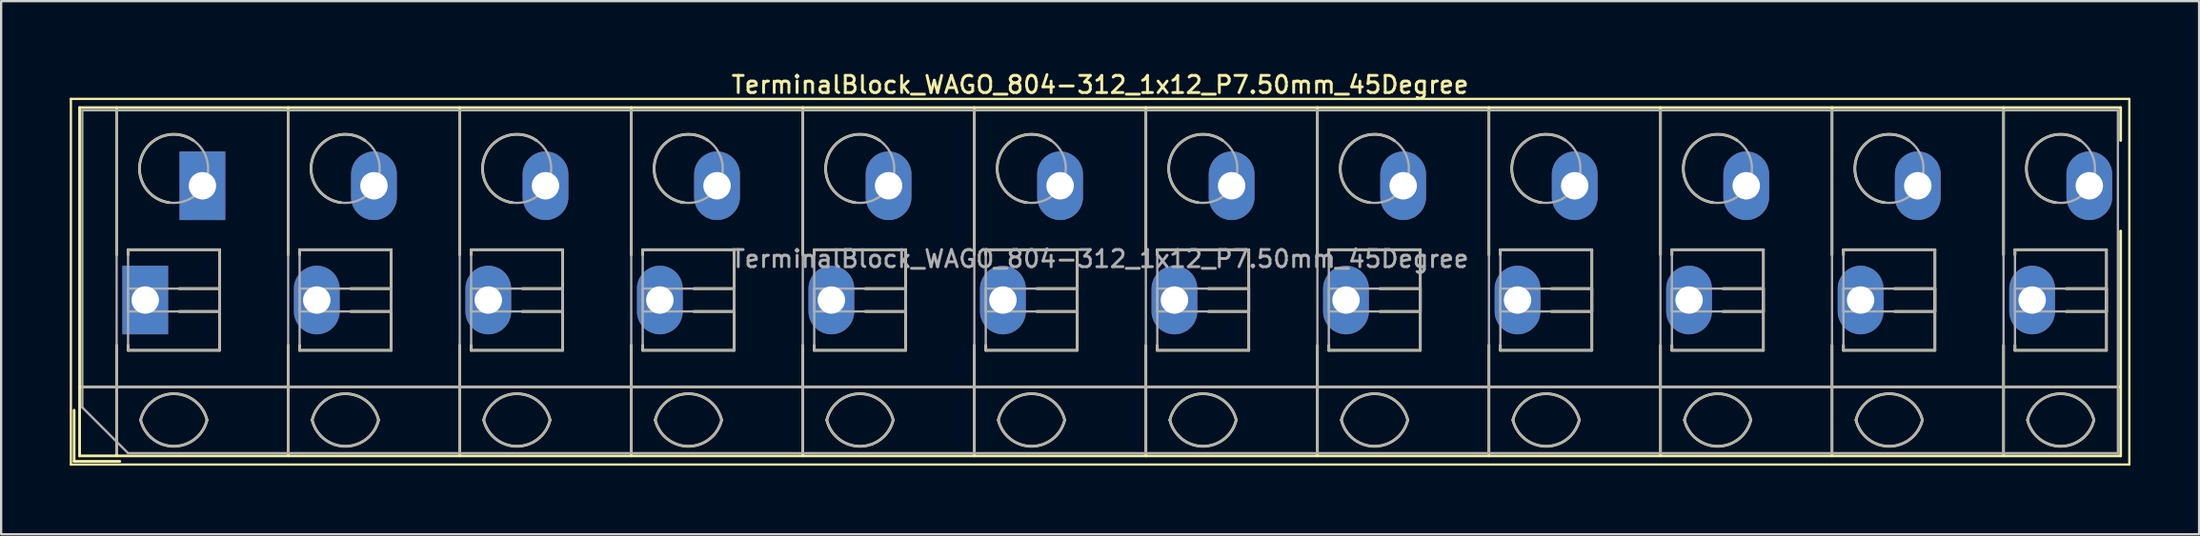
<source format=kicad_pcb>
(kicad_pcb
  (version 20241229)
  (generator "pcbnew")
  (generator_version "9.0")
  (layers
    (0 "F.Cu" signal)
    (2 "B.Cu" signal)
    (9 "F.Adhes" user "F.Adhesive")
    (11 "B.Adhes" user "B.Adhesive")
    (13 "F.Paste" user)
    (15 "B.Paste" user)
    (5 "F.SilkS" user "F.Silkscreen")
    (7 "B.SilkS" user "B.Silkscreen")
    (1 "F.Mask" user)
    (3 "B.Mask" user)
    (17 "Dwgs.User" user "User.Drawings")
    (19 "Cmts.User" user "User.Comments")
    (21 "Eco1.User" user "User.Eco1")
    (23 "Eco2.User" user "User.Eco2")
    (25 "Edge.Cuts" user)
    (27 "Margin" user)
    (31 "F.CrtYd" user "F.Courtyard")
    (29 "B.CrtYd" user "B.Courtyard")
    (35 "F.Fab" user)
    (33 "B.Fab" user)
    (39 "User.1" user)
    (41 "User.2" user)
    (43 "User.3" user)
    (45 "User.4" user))
  (footprint "TerminalBlock_WAGO_804-312_1x12_P7.50mm_45Degree"
    (layer "F.Cu")
    (at 3.3 10.078)
    (property "Reference" "TerminalBlock_WAGO_804-312_1x12_P7.50mm_45Degree" (at 41.75 -9.42 0) (layer "F.SilkS") (effects (font (size 0.75 0.75) (thickness 0.125))))
    (attr through_hole)
    (fp_line (start -3.25 -8.8) (end -3.25 7.2) (stroke (width 0.1) (type solid)) (layer "F.SilkS"))
    (fp_line (start -3.25 7.2) (end 86.75 7.2) (stroke (width 0.1) (type solid)) (layer "F.SilkS"))
    (fp_line (start -3.11 4.82) (end -3.11 7.06) (stroke (width 0.12) (type solid)) (layer "F.SilkS"))
    (fp_line (start -3.11 7.06) (end -1.11 7.06) (stroke (width 0.12) (type solid)) (layer "F.SilkS"))
    (fp_line (start -2.87 -8.42) (end -2.87 6.82) (stroke (width 0.12) (type solid)) (layer "F.SilkS"))
    (fp_line (start -2.87 -8.42) (end 86.37 -8.42) (stroke (width 0.12) (type solid)) (layer "F.SilkS"))
    (fp_line (start -2.87 3.8) (end 86.37 3.8) (stroke (width 0.12) (type solid)) (layer "F.SilkS"))
    (fp_line (start -2.87 6.82) (end 86.37 6.82) (stroke (width 0.12) (type solid)) (layer "F.SilkS"))
    (fp_line (start -1.25 -8.42) (end -1.25 -1.98) (stroke (width 0.12) (type solid)) (layer "F.SilkS"))
    (fp_line (start -1.25 1.98) (end -1.25 6.82) (stroke (width 0.12) (type solid)) (layer "F.SilkS"))
    (fp_line (start -0.75 -2.2) (end -0.75 -1.98) (stroke (width 0.12) (type solid)) (layer "F.SilkS"))
    (fp_line (start -0.75 -2.2) (end 3.25 -2.2) (stroke (width 0.12) (type solid)) (layer "F.SilkS"))
    (fp_line (start -0.75 1.98) (end -0.75 2.2) (stroke (width 0.12) (type solid)) (layer "F.SilkS"))
    (fp_line (start -0.75 2.2) (end 3.25 2.2) (stroke (width 0.12) (type solid)) (layer "F.SilkS"))
    (fp_line (start 1.48 -0.5) (end 3.25 -0.5) (stroke (width 0.12) (type solid)) (layer "F.SilkS"))
    (fp_line (start 1.48 0.5) (end 3.25 0.5) (stroke (width 0.12) (type solid)) (layer "F.SilkS"))
    (fp_line (start 3.25 -2.2) (end 3.25 2.2) (stroke (width 0.12) (type solid)) (layer "F.SilkS"))
    (fp_line (start 3.25 -0.5) (end 3.25 0.5) (stroke (width 0.12) (type solid)) (layer "F.SilkS"))
    (fp_line (start 6.25 -8.42) (end 6.25 -1.98) (stroke (width 0.12) (type solid)) (layer "F.SilkS"))
    (fp_line (start 6.25 1.98) (end 6.25 6.82) (stroke (width 0.12) (type solid)) (layer "F.SilkS"))
    (fp_line (start 6.75 -2.2) (end 6.75 -1.98) (stroke (width 0.12) (type solid)) (layer "F.SilkS"))
    (fp_line (start 6.75 -2.2) (end 10.75 -2.2) (stroke (width 0.12) (type solid)) (layer "F.SilkS"))
    (fp_line (start 6.75 1.98) (end 6.75 2.2) (stroke (width 0.12) (type solid)) (layer "F.SilkS"))
    (fp_line (start 6.75 2.2) (end 10.75 2.2) (stroke (width 0.12) (type solid)) (layer "F.SilkS"))
    (fp_line (start 8.98 -0.5) (end 10.75 -0.5) (stroke (width 0.12) (type solid)) (layer "F.SilkS"))
    (fp_line (start 8.98 0.5) (end 10.75 0.5) (stroke (width 0.12) (type solid)) (layer "F.SilkS"))
    (fp_line (start 10.75 -2.2) (end 10.75 2.2) (stroke (width 0.12) (type solid)) (layer "F.SilkS"))
    (fp_line (start 10.75 -0.5) (end 10.75 0.5) (stroke (width 0.12) (type solid)) (layer "F.SilkS"))
    (fp_line (start 13.75 -8.42) (end 13.75 -1.98) (stroke (width 0.12) (type solid)) (layer "F.SilkS"))
    (fp_line (start 13.75 1.98) (end 13.75 6.82) (stroke (width 0.12) (type solid)) (layer "F.SilkS"))
    (fp_line (start 14.25 -2.2) (end 14.25 -1.98) (stroke (width 0.12) (type solid)) (layer "F.SilkS"))
    (fp_line (start 14.25 -2.2) (end 18.25 -2.2) (stroke (width 0.12) (type solid)) (layer "F.SilkS"))
    (fp_line (start 14.25 1.98) (end 14.25 2.2) (stroke (width 0.12) (type solid)) (layer "F.SilkS"))
    (fp_line (start 14.25 2.2) (end 18.25 2.2) (stroke (width 0.12) (type solid)) (layer "F.SilkS"))
    (fp_line (start 16.48 -0.5) (end 18.25 -0.5) (stroke (width 0.12) (type solid)) (layer "F.SilkS"))
    (fp_line (start 16.48 0.5) (end 18.25 0.5) (stroke (width 0.12) (type solid)) (layer "F.SilkS"))
    (fp_line (start 18.25 -2.2) (end 18.25 2.2) (stroke (width 0.12) (type solid)) (layer "F.SilkS"))
    (fp_line (start 18.25 -0.5) (end 18.25 0.5) (stroke (width 0.12) (type solid)) (layer "F.SilkS"))
    (fp_line (start 21.25 -8.42) (end 21.25 -1.98) (stroke (width 0.12) (type solid)) (layer "F.SilkS"))
    (fp_line (start 21.25 1.98) (end 21.25 6.82) (stroke (width 0.12) (type solid)) (layer "F.SilkS"))
    (fp_line (start 21.75 -2.2) (end 21.75 -1.98) (stroke (width 0.12) (type solid)) (layer "F.SilkS"))
    (fp_line (start 21.75 -2.2) (end 25.75 -2.2) (stroke (width 0.12) (type solid)) (layer "F.SilkS"))
    (fp_line (start 21.75 1.98) (end 21.75 2.2) (stroke (width 0.12) (type solid)) (layer "F.SilkS"))
    (fp_line (start 21.75 2.2) (end 25.75 2.2) (stroke (width 0.12) (type solid)) (layer "F.SilkS"))
    (fp_line (start 23.98 -0.5) (end 25.75 -0.5) (stroke (width 0.12) (type solid)) (layer "F.SilkS"))
    (fp_line (start 23.98 0.5) (end 25.75 0.5) (stroke (width 0.12) (type solid)) (layer "F.SilkS"))
    (fp_line (start 25.75 -2.2) (end 25.75 2.2) (stroke (width 0.12) (type solid)) (layer "F.SilkS"))
    (fp_line (start 25.75 -0.5) (end 25.75 0.5) (stroke (width 0.12) (type solid)) (layer "F.SilkS"))
    (fp_line (start 28.75 -8.42) (end 28.75 -1.98) (stroke (width 0.12) (type solid)) (layer "F.SilkS"))
    (fp_line (start 28.75 1.98) (end 28.75 6.82) (stroke (width 0.12) (type solid)) (layer "F.SilkS"))
    (fp_line (start 29.25 -2.2) (end 29.25 -1.98) (stroke (width 0.12) (type solid)) (layer "F.SilkS"))
    (fp_line (start 29.25 -2.2) (end 33.25 -2.2) (stroke (width 0.12) (type solid)) (layer "F.SilkS"))
    (fp_line (start 29.25 1.98) (end 29.25 2.2) (stroke (width 0.12) (type solid)) (layer "F.SilkS"))
    (fp_line (start 29.25 2.2) (end 33.25 2.2) (stroke (width 0.12) (type solid)) (layer "F.SilkS"))
    (fp_line (start 31.48 -0.5) (end 33.25 -0.5) (stroke (width 0.12) (type solid)) (layer "F.SilkS"))
    (fp_line (start 31.48 0.5) (end 33.25 0.5) (stroke (width 0.12) (type solid)) (layer "F.SilkS"))
    (fp_line (start 33.25 -2.2) (end 33.25 2.2) (stroke (width 0.12) (type solid)) (layer "F.SilkS"))
    (fp_line (start 33.25 -0.5) (end 33.25 0.5) (stroke (width 0.12) (type solid)) (layer "F.SilkS"))
    (fp_line (start 36.25 -8.42) (end 36.25 -1.98) (stroke (width 0.12) (type solid)) (layer "F.SilkS"))
    (fp_line (start 36.25 1.98) (end 36.25 6.82) (stroke (width 0.12) (type solid)) (layer "F.SilkS"))
    (fp_line (start 36.75 -2.2) (end 36.75 -1.98) (stroke (width 0.12) (type solid)) (layer "F.SilkS"))
    (fp_line (start 36.75 -2.2) (end 40.75 -2.2) (stroke (width 0.12) (type solid)) (layer "F.SilkS"))
    (fp_line (start 36.75 1.98) (end 36.75 2.2) (stroke (width 0.12) (type solid)) (layer "F.SilkS"))
    (fp_line (start 36.75 2.2) (end 40.75 2.2) (stroke (width 0.12) (type solid)) (layer "F.SilkS"))
    (fp_line (start 38.98 -0.5) (end 40.75 -0.5) (stroke (width 0.12) (type solid)) (layer "F.SilkS"))
    (fp_line (start 38.98 0.5) (end 40.75 0.5) (stroke (width 0.12) (type solid)) (layer "F.SilkS"))
    (fp_line (start 40.75 -2.2) (end 40.75 2.2) (stroke (width 0.12) (type solid)) (layer "F.SilkS"))
    (fp_line (start 40.75 -0.5) (end 40.75 0.5) (stroke (width 0.12) (type solid)) (layer "F.SilkS"))
    (fp_line (start 43.75 -8.42) (end 43.75 -1.98) (stroke (width 0.12) (type solid)) (layer "F.SilkS"))
    (fp_line (start 43.75 1.98) (end 43.75 6.82) (stroke (width 0.12) (type solid)) (layer "F.SilkS"))
    (fp_line (start 44.25 -2.2) (end 44.25 -1.98) (stroke (width 0.12) (type solid)) (layer "F.SilkS"))
    (fp_line (start 44.25 -2.2) (end 48.25 -2.2) (stroke (width 0.12) (type solid)) (layer "F.SilkS"))
    (fp_line (start 44.25 1.98) (end 44.25 2.2) (stroke (width 0.12) (type solid)) (layer "F.SilkS"))
    (fp_line (start 44.25 2.2) (end 48.25 2.2) (stroke (width 0.12) (type solid)) (layer "F.SilkS"))
    (fp_line (start 46.48 -0.5) (end 48.25 -0.5) (stroke (width 0.12) (type solid)) (layer "F.SilkS"))
    (fp_line (start 46.48 0.5) (end 48.25 0.5) (stroke (width 0.12) (type solid)) (layer "F.SilkS"))
    (fp_line (start 48.25 -2.2) (end 48.25 2.2) (stroke (width 0.12) (type solid)) (layer "F.SilkS"))
    (fp_line (start 48.25 -0.5) (end 48.25 0.5) (stroke (width 0.12) (type solid)) (layer "F.SilkS"))
    (fp_line (start 51.25 -8.42) (end 51.25 -1.98) (stroke (width 0.12) (type solid)) (layer "F.SilkS"))
    (fp_line (start 51.25 1.98) (end 51.25 6.82) (stroke (width 0.12) (type solid)) (layer "F.SilkS"))
    (fp_line (start 51.75 -2.2) (end 51.75 -1.98) (stroke (width 0.12) (type solid)) (layer "F.SilkS"))
    (fp_line (start 51.75 -2.2) (end 55.75 -2.2) (stroke (width 0.12) (type solid)) (layer "F.SilkS"))
    (fp_line (start 51.75 1.98) (end 51.75 2.2) (stroke (width 0.12) (type solid)) (layer "F.SilkS"))
    (fp_line (start 51.75 2.2) (end 55.75 2.2) (stroke (width 0.12) (type solid)) (layer "F.SilkS"))
    (fp_line (start 53.98 -0.5) (end 55.75 -0.5) (stroke (width 0.12) (type solid)) (layer "F.SilkS"))
    (fp_line (start 53.98 0.5) (end 55.75 0.5) (stroke (width 0.12) (type solid)) (layer "F.SilkS"))
    (fp_line (start 55.75 -2.2) (end 55.75 2.2) (stroke (width 0.12) (type solid)) (layer "F.SilkS"))
    (fp_line (start 55.75 -0.5) (end 55.75 0.5) (stroke (width 0.12) (type solid)) (layer "F.SilkS"))
    (fp_line (start 58.75 -8.42) (end 58.75 -1.98) (stroke (width 0.12) (type solid)) (layer "F.SilkS"))
    (fp_line (start 58.75 1.98) (end 58.75 6.82) (stroke (width 0.12) (type solid)) (layer "F.SilkS"))
    (fp_line (start 59.25 -2.2) (end 59.25 -1.98) (stroke (width 0.12) (type solid)) (layer "F.SilkS"))
    (fp_line (start 59.25 -2.2) (end 63.25 -2.2) (stroke (width 0.12) (type solid)) (layer "F.SilkS"))
    (fp_line (start 59.25 1.98) (end 59.25 2.2) (stroke (width 0.12) (type solid)) (layer "F.SilkS"))
    (fp_line (start 59.25 2.2) (end 63.25 2.2) (stroke (width 0.12) (type solid)) (layer "F.SilkS"))
    (fp_line (start 61.48 -0.5) (end 63.25 -0.5) (stroke (width 0.12) (type solid)) (layer "F.SilkS"))
    (fp_line (start 61.48 0.5) (end 63.25 0.5) (stroke (width 0.12) (type solid)) (layer "F.SilkS"))
    (fp_line (start 63.25 -2.2) (end 63.25 2.2) (stroke (width 0.12) (type solid)) (layer "F.SilkS"))
    (fp_line (start 63.25 -0.5) (end 63.25 0.5) (stroke (width 0.12) (type solid)) (layer "F.SilkS"))
    (fp_line (start 66.25 -8.42) (end 66.25 -1.98) (stroke (width 0.12) (type solid)) (layer "F.SilkS"))
    (fp_line (start 66.25 1.98) (end 66.25 6.82) (stroke (width 0.12) (type solid)) (layer "F.SilkS"))
    (fp_line (start 66.75 -2.2) (end 66.75 -1.98) (stroke (width 0.12) (type solid)) (layer "F.SilkS"))
    (fp_line (start 66.75 -2.2) (end 70.75 -2.2) (stroke (width 0.12) (type solid)) (layer "F.SilkS"))
    (fp_line (start 66.75 1.98) (end 66.75 2.2) (stroke (width 0.12) (type solid)) (layer "F.SilkS"))
    (fp_line (start 66.75 2.2) (end 70.75 2.2) (stroke (width 0.12) (type solid)) (layer "F.SilkS"))
    (fp_line (start 68.98 -0.5) (end 70.75 -0.5) (stroke (width 0.12) (type solid)) (layer "F.SilkS"))
    (fp_line (start 68.98 0.5) (end 70.75 0.5) (stroke (width 0.12) (type solid)) (layer "F.SilkS"))
    (fp_line (start 70.75 -2.2) (end 70.75 2.2) (stroke (width 0.12) (type solid)) (layer "F.SilkS"))
    (fp_line (start 70.75 -0.5) (end 70.75 0.5) (stroke (width 0.12) (type solid)) (layer "F.SilkS"))
    (fp_line (start 73.75 -8.42) (end 73.75 -1.98) (stroke (width 0.12) (type solid)) (layer "F.SilkS"))
    (fp_line (start 73.75 1.98) (end 73.75 6.82) (stroke (width 0.12) (type solid)) (layer "F.SilkS"))
    (fp_line (start 74.25 -2.2) (end 74.25 -1.98) (stroke (width 0.12) (type solid)) (layer "F.SilkS"))
    (fp_line (start 74.25 -2.2) (end 78.25 -2.2) (stroke (width 0.12) (type solid)) (layer "F.SilkS"))
    (fp_line (start 74.25 1.98) (end 74.25 2.2) (stroke (width 0.12) (type solid)) (layer "F.SilkS"))
    (fp_line (start 74.25 2.2) (end 78.25 2.2) (stroke (width 0.12) (type solid)) (layer "F.SilkS"))
    (fp_line (start 76.48 -0.5) (end 78.25 -0.5) (stroke (width 0.12) (type solid)) (layer "F.SilkS"))
    (fp_line (start 76.48 0.5) (end 78.25 0.5) (stroke (width 0.12) (type solid)) (layer "F.SilkS"))
    (fp_line (start 78.25 -2.2) (end 78.25 2.2) (stroke (width 0.12) (type solid)) (layer "F.SilkS"))
    (fp_line (start 78.25 -0.5) (end 78.25 0.5) (stroke (width 0.12) (type solid)) (layer "F.SilkS"))
    (fp_line (start 81.25 -8.42) (end 81.25 -1.98) (stroke (width 0.12) (type solid)) (layer "F.SilkS"))
    (fp_line (start 81.25 1.98) (end 81.25 6.82) (stroke (width 0.12) (type solid)) (layer "F.SilkS"))
    (fp_line (start 81.75 -2.2) (end 81.75 -1.98) (stroke (width 0.12) (type solid)) (layer "F.SilkS"))
    (fp_line (start 81.75 -2.2) (end 85.75 -2.2) (stroke (width 0.12) (type solid)) (layer "F.SilkS"))
    (fp_line (start 81.75 1.98) (end 81.75 2.2) (stroke (width 0.12) (type solid)) (layer "F.SilkS"))
    (fp_line (start 81.75 2.2) (end 85.75 2.2) (stroke (width 0.12) (type solid)) (layer "F.SilkS"))
    (fp_line (start 83.98 -0.5) (end 85.75 -0.5) (stroke (width 0.12) (type solid)) (layer "F.SilkS"))
    (fp_line (start 83.98 0.5) (end 85.75 0.5) (stroke (width 0.12) (type solid)) (layer "F.SilkS"))
    (fp_line (start 85.75 -2.2) (end 85.75 2.2) (stroke (width 0.12) (type solid)) (layer "F.SilkS"))
    (fp_line (start 85.75 -0.5) (end 85.75 0.5) (stroke (width 0.12) (type solid)) (layer "F.SilkS"))
    (fp_line (start 86.37 -8.42) (end 86.37 -6.98) (stroke (width 0.12) (type solid)) (layer "F.SilkS"))
    (fp_line (start 86.37 -3.02) (end 86.37 6.82) (stroke (width 0.12) (type solid)) (layer "F.SilkS"))
    (fp_line (start 86.75 -8.8) (end -3.25 -8.8) (stroke (width 0.1) (type solid)) (layer "F.SilkS"))
    (fp_line (start 86.75 7.2) (end 86.75 -8.8) (stroke (width 0.1) (type solid)) (layer "F.SilkS"))
    (fp_arc (start -0.200865 5.250424) (mid 1.250296 4.099926) (end 2.701 5.251) (stroke (width 0.12) (type solid)) (layer "F.SilkS"))
    (fp_arc (start 1.040798 -4.264067) (mid -0.146039 -6.300306) (end 2.111 -6.979) (stroke (width 0.12) (type solid)) (layer "F.SilkS"))
    (fp_arc (start 2.7 5.25) (mid 1.250068 6.400101) (end -0.199969 5.250133) (stroke (width 0.12) (type solid)) (layer "F.SilkS"))
    (fp_arc (start 7.299135 5.250424) (mid 8.750296 4.099926) (end 10.201 5.251) (stroke (width 0.12) (type solid)) (layer "F.SilkS"))
    (fp_arc (start 8.540798 -4.264067) (mid 7.353961 -6.300306) (end 9.611 -6.979) (stroke (width 0.12) (type solid)) (layer "F.SilkS"))
    (fp_arc (start 10.2 5.25) (mid 8.750068 6.400101) (end 7.300031 5.250133) (stroke (width 0.12) (type solid)) (layer "F.SilkS"))
    (fp_arc (start 14.799135 5.250424) (mid 16.250296 4.099926) (end 17.701 5.251) (stroke (width 0.12) (type solid)) (layer "F.SilkS"))
    (fp_arc (start 16.040798 -4.264067) (mid 14.853961 -6.300306) (end 17.111 -6.979) (stroke (width 0.12) (type solid)) (layer "F.SilkS"))
    (fp_arc (start 17.7 5.25) (mid 16.250068 6.400101) (end 14.800031 5.250133) (stroke (width 0.12) (type solid)) (layer "F.SilkS"))
    (fp_arc (start 22.299135 5.250424) (mid 23.750296 4.099926) (end 25.201 5.251) (stroke (width 0.12) (type solid)) (layer "F.SilkS"))
    (fp_arc (start 23.540798 -4.264067) (mid 22.353961 -6.300306) (end 24.611 -6.979) (stroke (width 0.12) (type solid)) (layer "F.SilkS"))
    (fp_arc (start 25.2 5.25) (mid 23.750068 6.400101) (end 22.300031 5.250133) (stroke (width 0.12) (type solid)) (layer "F.SilkS"))
    (fp_arc (start 29.799135 5.250424) (mid 31.250296 4.099926) (end 32.701 5.251) (stroke (width 0.12) (type solid)) (layer "F.SilkS"))
    (fp_arc (start 31.040798 -4.264067) (mid 29.853961 -6.300306) (end 32.111 -6.979) (stroke (width 0.12) (type solid)) (layer "F.SilkS"))
    (fp_arc (start 32.701 5.25) (mid 31.250296 6.401074) (end 29.799135 5.250576) (stroke (width 0.12) (type solid)) (layer "F.SilkS"))
    (fp_arc (start 37.299135 5.250424) (mid 38.750296 4.099926) (end 40.201 5.251) (stroke (width 0.12) (type solid)) (layer "F.SilkS"))
    (fp_arc (start 38.540798 -4.264067) (mid 37.353961 -6.300306) (end 39.611 -6.979) (stroke (width 0.12) (type solid)) (layer "F.SilkS"))
    (fp_arc (start 40.2 5.25) (mid 38.750068 6.400101) (end 37.300031 5.250133) (stroke (width 0.12) (type solid)) (layer "F.SilkS"))
    (fp_arc (start 44.799135 5.250424) (mid 46.250296 4.099926) (end 47.701 5.251) (stroke (width 0.12) (type solid)) (layer "F.SilkS"))
    (fp_arc (start 46.040798 -4.264067) (mid 44.853961 -6.300306) (end 47.111 -6.979) (stroke (width 0.12) (type solid)) (layer "F.SilkS"))
    (fp_arc (start 47.7 5.25) (mid 46.250068 6.400101) (end 44.800031 5.250133) (stroke (width 0.12) (type solid)) (layer "F.SilkS"))
    (fp_arc (start 52.299135 5.250424) (mid 53.750296 4.099926) (end 55.201 5.251) (stroke (width 0.12) (type solid)) (layer "F.SilkS"))
    (fp_arc (start 53.540798 -4.264067) (mid 52.353961 -6.300306) (end 54.611 -6.979) (stroke (width 0.12) (type solid)) (layer "F.SilkS"))
    (fp_arc (start 55.2 5.25) (mid 53.750068 6.400101) (end 52.300031 5.250133) (stroke (width 0.12) (type solid)) (layer "F.SilkS"))
    (fp_arc (start 59.799135 5.250424) (mid 61.250296 4.099926) (end 62.701 5.251) (stroke (width 0.12) (type solid)) (layer "F.SilkS"))
    (fp_arc (start 61.040798 -4.264067) (mid 59.853961 -6.300306) (end 62.111 -6.979) (stroke (width 0.12) (type solid)) (layer "F.SilkS"))
    (fp_arc (start 62.7 5.25) (mid 61.250068 6.400101) (end 59.800031 5.250133) (stroke (width 0.12) (type solid)) (layer "F.SilkS"))
    (fp_arc (start 67.299135 5.250424) (mid 68.750296 4.099926) (end 70.201 5.251) (stroke (width 0.12) (type solid)) (layer "F.SilkS"))
    (fp_arc (start 68.540798 -4.264067) (mid 67.353961 -6.300306) (end 69.611 -6.979) (stroke (width 0.12) (type solid)) (layer "F.SilkS"))
    (fp_arc (start 70.2 5.25) (mid 68.750068 6.400101) (end 67.300031 5.250133) (stroke (width 0.12) (type solid)) (layer "F.SilkS"))
    (fp_arc (start 74.799135 5.250424) (mid 76.250296 4.099926) (end 77.701 5.251) (stroke (width 0.12) (type solid)) (layer "F.SilkS"))
    (fp_arc (start 76.040798 -4.264067) (mid 74.853961 -6.300306) (end 77.111 -6.979) (stroke (width 0.12) (type solid)) (layer "F.SilkS"))
    (fp_arc (start 77.7 5.25) (mid 76.250068 6.400101) (end 74.800031 5.250133) (stroke (width 0.12) (type solid)) (layer "F.SilkS"))
    (fp_arc (start 82.299135 5.250424) (mid 83.750296 4.099926) (end 85.201 5.251) (stroke (width 0.12) (type solid)) (layer "F.SilkS"))
    (fp_arc (start 83.540798 -4.264067) (mid 82.353961 -6.300306) (end 84.611 -6.979) (stroke (width 0.12) (type solid)) (layer "F.SilkS"))
    (fp_arc (start 85.2 5.25) (mid 83.750068 6.400101) (end 82.300031 5.250133) (stroke (width 0.12) (type solid)) (layer "F.SilkS"))
    (fp_line (start -2.75 -8.3) (end 86.25 -8.3) (stroke (width 0.1) (type solid)) (layer "F.Fab"))
    (fp_line (start -2.75 3.8) (end 86.25 3.8) (stroke (width 0.1) (type solid)) (layer "F.Fab"))
    (fp_line (start -2.75 4.7) (end -2.75 -8.3) (stroke (width 0.1) (type solid)) (layer "F.Fab"))
    (fp_line (start -1.25 -8.3) (end -1.25 6.7) (stroke (width 0.1) (type solid)) (layer "F.Fab"))
    (fp_line (start -0.75 -2.2) (end -0.75 2.2) (stroke (width 0.1) (type solid)) (layer "F.Fab"))
    (fp_line (start -0.75 -0.5) (end -0.75 0.5) (stroke (width 0.1) (type solid)) (layer "F.Fab"))
    (fp_line (start -0.75 0.5) (end 3.25 0.5) (stroke (width 0.1) (type solid)) (layer "F.Fab"))
    (fp_line (start -0.75 2.2) (end 3.25 2.2) (stroke (width 0.1) (type solid)) (layer "F.Fab"))
    (fp_line (start -0.75 6.7) (end -2.75 4.7) (stroke (width 0.1) (type solid)) (layer "F.Fab"))
    (fp_line (start 3.25 -2.2) (end -0.75 -2.2) (stroke (width 0.1) (type solid)) (layer "F.Fab"))
    (fp_line (start 3.25 -0.5) (end -0.75 -0.5) (stroke (width 0.1) (type solid)) (layer "F.Fab"))
    (fp_line (start 3.25 0.5) (end 3.25 -0.5) (stroke (width 0.1) (type solid)) (layer "F.Fab"))
    (fp_line (start 3.25 2.2) (end 3.25 -2.2) (stroke (width 0.1) (type solid)) (layer "F.Fab"))
    (fp_line (start 6.25 -8.3) (end 6.25 6.7) (stroke (width 0.1) (type solid)) (layer "F.Fab"))
    (fp_line (start 6.75 -2.2) (end 6.75 2.2) (stroke (width 0.1) (type solid)) (layer "F.Fab"))
    (fp_line (start 6.75 -0.5) (end 6.75 0.5) (stroke (width 0.1) (type solid)) (layer "F.Fab"))
    (fp_line (start 6.75 0.5) (end 10.75 0.5) (stroke (width 0.1) (type solid)) (layer "F.Fab"))
    (fp_line (start 6.75 2.2) (end 10.75 2.2) (stroke (width 0.1) (type solid)) (layer "F.Fab"))
    (fp_line (start 10.75 -2.2) (end 6.75 -2.2) (stroke (width 0.1) (type solid)) (layer "F.Fab"))
    (fp_line (start 10.75 -0.5) (end 6.75 -0.5) (stroke (width 0.1) (type solid)) (layer "F.Fab"))
    (fp_line (start 10.75 0.5) (end 10.75 -0.5) (stroke (width 0.1) (type solid)) (layer "F.Fab"))
    (fp_line (start 10.75 2.2) (end 10.75 -2.2) (stroke (width 0.1) (type solid)) (layer "F.Fab"))
    (fp_line (start 13.75 -8.3) (end 13.75 6.7) (stroke (width 0.1) (type solid)) (layer "F.Fab"))
    (fp_line (start 14.25 -2.2) (end 14.25 2.2) (stroke (width 0.1) (type solid)) (layer "F.Fab"))
    (fp_line (start 14.25 -0.5) (end 14.25 0.5) (stroke (width 0.1) (type solid)) (layer "F.Fab"))
    (fp_line (start 14.25 0.5) (end 18.25 0.5) (stroke (width 0.1) (type solid)) (layer "F.Fab"))
    (fp_line (start 14.25 2.2) (end 18.25 2.2) (stroke (width 0.1) (type solid)) (layer "F.Fab"))
    (fp_line (start 18.25 -2.2) (end 14.25 -2.2) (stroke (width 0.1) (type solid)) (layer "F.Fab"))
    (fp_line (start 18.25 -0.5) (end 14.25 -0.5) (stroke (width 0.1) (type solid)) (layer "F.Fab"))
    (fp_line (start 18.25 0.5) (end 18.25 -0.5) (stroke (width 0.1) (type solid)) (layer "F.Fab"))
    (fp_line (start 18.25 2.2) (end 18.25 -2.2) (stroke (width 0.1) (type solid)) (layer "F.Fab"))
    (fp_line (start 21.25 -8.3) (end 21.25 6.7) (stroke (width 0.1) (type solid)) (layer "F.Fab"))
    (fp_line (start 21.75 -2.2) (end 21.75 2.2) (stroke (width 0.1) (type solid)) (layer "F.Fab"))
    (fp_line (start 21.75 -0.5) (end 21.75 0.5) (stroke (width 0.1) (type solid)) (layer "F.Fab"))
    (fp_line (start 21.75 0.5) (end 25.75 0.5) (stroke (width 0.1) (type solid)) (layer "F.Fab"))
    (fp_line (start 21.75 2.2) (end 25.75 2.2) (stroke (width 0.1) (type solid)) (layer "F.Fab"))
    (fp_line (start 25.75 -2.2) (end 21.75 -2.2) (stroke (width 0.1) (type solid)) (layer "F.Fab"))
    (fp_line (start 25.75 -0.5) (end 21.75 -0.5) (stroke (width 0.1) (type solid)) (layer "F.Fab"))
    (fp_line (start 25.75 0.5) (end 25.75 -0.5) (stroke (width 0.1) (type solid)) (layer "F.Fab"))
    (fp_line (start 25.75 2.2) (end 25.75 -2.2) (stroke (width 0.1) (type solid)) (layer "F.Fab"))
    (fp_line (start 28.75 -8.3) (end 28.75 6.7) (stroke (width 0.1) (type solid)) (layer "F.Fab"))
    (fp_line (start 29.25 -2.2) (end 29.25 2.2) (stroke (width 0.1) (type solid)) (layer "F.Fab"))
    (fp_line (start 29.25 -0.5) (end 29.25 0.5) (stroke (width 0.1) (type solid)) (layer "F.Fab"))
    (fp_line (start 29.25 0.5) (end 33.25 0.5) (stroke (width 0.1) (type solid)) (layer "F.Fab"))
    (fp_line (start 29.25 2.2) (end 33.25 2.2) (stroke (width 0.1) (type solid)) (layer "F.Fab"))
    (fp_line (start 33.25 -2.2) (end 29.25 -2.2) (stroke (width 0.1) (type solid)) (layer "F.Fab"))
    (fp_line (start 33.25 -0.5) (end 29.25 -0.5) (stroke (width 0.1) (type solid)) (layer "F.Fab"))
    (fp_line (start 33.25 0.5) (end 33.25 -0.5) (stroke (width 0.1) (type solid)) (layer "F.Fab"))
    (fp_line (start 33.25 2.2) (end 33.25 -2.2) (stroke (width 0.1) (type solid)) (layer "F.Fab"))
    (fp_line (start 36.25 -8.3) (end 36.25 6.7) (stroke (width 0.1) (type solid)) (layer "F.Fab"))
    (fp_line (start 36.75 -2.2) (end 36.75 2.2) (stroke (width 0.1) (type solid)) (layer "F.Fab"))
    (fp_line (start 36.75 -0.5) (end 36.75 0.5) (stroke (width 0.1) (type solid)) (layer "F.Fab"))
    (fp_line (start 36.75 0.5) (end 40.75 0.5) (stroke (width 0.1) (type solid)) (layer "F.Fab"))
    (fp_line (start 36.75 2.2) (end 40.75 2.2) (stroke (width 0.1) (type solid)) (layer "F.Fab"))
    (fp_line (start 40.75 -2.2) (end 36.75 -2.2) (stroke (width 0.1) (type solid)) (layer "F.Fab"))
    (fp_line (start 40.75 -0.5) (end 36.75 -0.5) (stroke (width 0.1) (type solid)) (layer "F.Fab"))
    (fp_line (start 40.75 0.5) (end 40.75 -0.5) (stroke (width 0.1) (type solid)) (layer "F.Fab"))
    (fp_line (start 40.75 2.2) (end 40.75 -2.2) (stroke (width 0.1) (type solid)) (layer "F.Fab"))
    (fp_line (start 43.75 -8.3) (end 43.75 6.7) (stroke (width 0.1) (type solid)) (layer "F.Fab"))
    (fp_line (start 44.25 -2.2) (end 44.25 2.2) (stroke (width 0.1) (type solid)) (layer "F.Fab"))
    (fp_line (start 44.25 -0.5) (end 44.25 0.5) (stroke (width 0.1) (type solid)) (layer "F.Fab"))
    (fp_line (start 44.25 0.5) (end 48.25 0.5) (stroke (width 0.1) (type solid)) (layer "F.Fab"))
    (fp_line (start 44.25 2.2) (end 48.25 2.2) (stroke (width 0.1) (type solid)) (layer "F.Fab"))
    (fp_line (start 48.25 -2.2) (end 44.25 -2.2) (stroke (width 0.1) (type solid)) (layer "F.Fab"))
    (fp_line (start 48.25 -0.5) (end 44.25 -0.5) (stroke (width 0.1) (type solid)) (layer "F.Fab"))
    (fp_line (start 48.25 0.5) (end 48.25 -0.5) (stroke (width 0.1) (type solid)) (layer "F.Fab"))
    (fp_line (start 48.25 2.2) (end 48.25 -2.2) (stroke (width 0.1) (type solid)) (layer "F.Fab"))
    (fp_line (start 51.25 -8.3) (end 51.25 6.7) (stroke (width 0.1) (type solid)) (layer "F.Fab"))
    (fp_line (start 51.75 -2.2) (end 51.75 2.2) (stroke (width 0.1) (type solid)) (layer "F.Fab"))
    (fp_line (start 51.75 -0.5) (end 51.75 0.5) (stroke (width 0.1) (type solid)) (layer "F.Fab"))
    (fp_line (start 51.75 0.5) (end 55.75 0.5) (stroke (width 0.1) (type solid)) (layer "F.Fab"))
    (fp_line (start 51.75 2.2) (end 55.75 2.2) (stroke (width 0.1) (type solid)) (layer "F.Fab"))
    (fp_line (start 55.75 -2.2) (end 51.75 -2.2) (stroke (width 0.1) (type solid)) (layer "F.Fab"))
    (fp_line (start 55.75 -0.5) (end 51.75 -0.5) (stroke (width 0.1) (type solid)) (layer "F.Fab"))
    (fp_line (start 55.75 0.5) (end 55.75 -0.5) (stroke (width 0.1) (type solid)) (layer "F.Fab"))
    (fp_line (start 55.75 2.2) (end 55.75 -2.2) (stroke (width 0.1) (type solid)) (layer "F.Fab"))
    (fp_line (start 58.75 -8.3) (end 58.75 6.7) (stroke (width 0.1) (type solid)) (layer "F.Fab"))
    (fp_line (start 59.25 -2.2) (end 59.25 2.2) (stroke (width 0.1) (type solid)) (layer "F.Fab"))
    (fp_line (start 59.25 -0.5) (end 59.25 0.5) (stroke (width 0.1) (type solid)) (layer "F.Fab"))
    (fp_line (start 59.25 0.5) (end 63.25 0.5) (stroke (width 0.1) (type solid)) (layer "F.Fab"))
    (fp_line (start 59.25 2.2) (end 63.25 2.2) (stroke (width 0.1) (type solid)) (layer "F.Fab"))
    (fp_line (start 63.25 -2.2) (end 59.25 -2.2) (stroke (width 0.1) (type solid)) (layer "F.Fab"))
    (fp_line (start 63.25 -0.5) (end 59.25 -0.5) (stroke (width 0.1) (type solid)) (layer "F.Fab"))
    (fp_line (start 63.25 0.5) (end 63.25 -0.5) (stroke (width 0.1) (type solid)) (layer "F.Fab"))
    (fp_line (start 63.25 2.2) (end 63.25 -2.2) (stroke (width 0.1) (type solid)) (layer "F.Fab"))
    (fp_line (start 66.25 -8.3) (end 66.25 6.7) (stroke (width 0.1) (type solid)) (layer "F.Fab"))
    (fp_line (start 66.75 -2.2) (end 66.75 2.2) (stroke (width 0.1) (type solid)) (layer "F.Fab"))
    (fp_line (start 66.75 -0.5) (end 66.75 0.5) (stroke (width 0.1) (type solid)) (layer "F.Fab"))
    (fp_line (start 66.75 0.5) (end 70.75 0.5) (stroke (width 0.1) (type solid)) (layer "F.Fab"))
    (fp_line (start 66.75 2.2) (end 70.75 2.2) (stroke (width 0.1) (type solid)) (layer "F.Fab"))
    (fp_line (start 70.75 -2.2) (end 66.75 -2.2) (stroke (width 0.1) (type solid)) (layer "F.Fab"))
    (fp_line (start 70.75 -0.5) (end 66.75 -0.5) (stroke (width 0.1) (type solid)) (layer "F.Fab"))
    (fp_line (start 70.75 0.5) (end 70.75 -0.5) (stroke (width 0.1) (type solid)) (layer "F.Fab"))
    (fp_line (start 70.75 2.2) (end 70.75 -2.2) (stroke (width 0.1) (type solid)) (layer "F.Fab"))
    (fp_line (start 73.75 -8.3) (end 73.75 6.7) (stroke (width 0.1) (type solid)) (layer "F.Fab"))
    (fp_line (start 74.25 -2.2) (end 74.25 2.2) (stroke (width 0.1) (type solid)) (layer "F.Fab"))
    (fp_line (start 74.25 -0.5) (end 74.25 0.5) (stroke (width 0.1) (type solid)) (layer "F.Fab"))
    (fp_line (start 74.25 0.5) (end 78.25 0.5) (stroke (width 0.1) (type solid)) (layer "F.Fab"))
    (fp_line (start 74.25 2.2) (end 78.25 2.2) (stroke (width 0.1) (type solid)) (layer "F.Fab"))
    (fp_line (start 78.25 -2.2) (end 74.25 -2.2) (stroke (width 0.1) (type solid)) (layer "F.Fab"))
    (fp_line (start 78.25 -0.5) (end 74.25 -0.5) (stroke (width 0.1) (type solid)) (layer "F.Fab"))
    (fp_line (start 78.25 0.5) (end 78.25 -0.5) (stroke (width 0.1) (type solid)) (layer "F.Fab"))
    (fp_line (start 78.25 2.2) (end 78.25 -2.2) (stroke (width 0.1) (type solid)) (layer "F.Fab"))
    (fp_line (start 81.25 -8.3) (end 81.25 6.7) (stroke (width 0.1) (type solid)) (layer "F.Fab"))
    (fp_line (start 81.75 -2.2) (end 81.75 2.2) (stroke (width 0.1) (type solid)) (layer "F.Fab"))
    (fp_line (start 81.75 -0.5) (end 81.75 0.5) (stroke (width 0.1) (type solid)) (layer "F.Fab"))
    (fp_line (start 81.75 0.5) (end 85.75 0.5) (stroke (width 0.1) (type solid)) (layer "F.Fab"))
    (fp_line (start 81.75 2.2) (end 85.75 2.2) (stroke (width 0.1) (type solid)) (layer "F.Fab"))
    (fp_line (start 85.75 -2.2) (end 81.75 -2.2) (stroke (width 0.1) (type solid)) (layer "F.Fab"))
    (fp_line (start 85.75 -0.5) (end 81.75 -0.5) (stroke (width 0.1) (type solid)) (layer "F.Fab"))
    (fp_line (start 85.75 0.5) (end 85.75 -0.5) (stroke (width 0.1) (type solid)) (layer "F.Fab"))
    (fp_line (start 85.75 2.2) (end 85.75 -2.2) (stroke (width 0.1) (type solid)) (layer "F.Fab"))
    (fp_line (start 86.25 -8.3) (end 86.25 6.7) (stroke (width 0.1) (type solid)) (layer "F.Fab"))
    (fp_line (start 86.25 6.7) (end -0.75 6.7) (stroke (width 0.1) (type solid)) (layer "F.Fab"))
    (fp_arc (start -0.200865 5.250424) (mid 1.250296 4.099926) (end 2.701 5.251) (stroke (width 0.1) (type solid)) (layer "F.Fab"))
    (fp_arc (start 2.7 5.25) (mid 1.250068 6.400101) (end -0.199969 5.250133) (stroke (width 0.1) (type solid)) (layer "F.Fab"))
    (fp_arc (start 7.299135 5.250424) (mid 8.750296 4.099926) (end 10.201 5.251) (stroke (width 0.1) (type solid)) (layer "F.Fab"))
    (fp_arc (start 10.2 5.25) (mid 8.750068 6.400101) (end 7.300031 5.250133) (stroke (width 0.1) (type solid)) (layer "F.Fab"))
    (fp_arc (start 14.799135 5.250424) (mid 16.250296 4.099926) (end 17.701 5.251) (stroke (width 0.1) (type solid)) (layer "F.Fab"))
    (fp_arc (start 17.7 5.25) (mid 16.250068 6.400101) (end 14.800031 5.250133) (stroke (width 0.1) (type solid)) (layer "F.Fab"))
    (fp_arc (start 22.299135 5.250424) (mid 23.750296 4.099926) (end 25.201 5.251) (stroke (width 0.1) (type solid)) (layer "F.Fab"))
    (fp_arc (start 25.2 5.25) (mid 23.750068 6.400101) (end 22.300031 5.250133) (stroke (width 0.1) (type solid)) (layer "F.Fab"))
    (fp_arc (start 29.799135 5.250424) (mid 31.250296 4.099926) (end 32.701 5.251) (stroke (width 0.1) (type solid)) (layer "F.Fab"))
    (fp_arc (start 32.701 5.25) (mid 31.250296 6.401074) (end 29.799135 5.250576) (stroke (width 0.1) (type solid)) (layer "F.Fab"))
    (fp_arc (start 37.299135 5.250424) (mid 38.750296 4.099926) (end 40.201 5.251) (stroke (width 0.1) (type solid)) (layer "F.Fab"))
    (fp_arc (start 40.2 5.25) (mid 38.750068 6.400101) (end 37.300031 5.250133) (stroke (width 0.1) (type solid)) (layer "F.Fab"))
    (fp_arc (start 44.799135 5.250424) (mid 46.250296 4.099926) (end 47.701 5.251) (stroke (width 0.1) (type solid)) (layer "F.Fab"))
    (fp_arc (start 47.7 5.25) (mid 46.250068 6.400101) (end 44.800031 5.250133) (stroke (width 0.1) (type solid)) (layer "F.Fab"))
    (fp_arc (start 52.299135 5.250424) (mid 53.750296 4.099926) (end 55.201 5.251) (stroke (width 0.1) (type solid)) (layer "F.Fab"))
    (fp_arc (start 55.2 5.25) (mid 53.750068 6.400101) (end 52.300031 5.250133) (stroke (width 0.1) (type solid)) (layer "F.Fab"))
    (fp_arc (start 59.799135 5.250424) (mid 61.250296 4.099926) (end 62.701 5.251) (stroke (width 0.1) (type solid)) (layer "F.Fab"))
    (fp_arc (start 62.7 5.25) (mid 61.250068 6.400101) (end 59.800031 5.250133) (stroke (width 0.1) (type solid)) (layer "F.Fab"))
    (fp_arc (start 67.299135 5.250424) (mid 68.750296 4.099926) (end 70.201 5.251) (stroke (width 0.1) (type solid)) (layer "F.Fab"))
    (fp_arc (start 70.2 5.25) (mid 68.750068 6.400101) (end 67.300031 5.250133) (stroke (width 0.1) (type solid)) (layer "F.Fab"))
    (fp_arc (start 74.799135 5.250424) (mid 76.250296 4.099926) (end 77.701 5.251) (stroke (width 0.1) (type solid)) (layer "F.Fab"))
    (fp_arc (start 77.7 5.25) (mid 76.250068 6.400101) (end 74.800031 5.250133) (stroke (width 0.1) (type solid)) (layer "F.Fab"))
    (fp_arc (start 82.299135 5.250424) (mid 83.750296 4.099926) (end 85.201 5.251) (stroke (width 0.1) (type solid)) (layer "F.Fab"))
    (fp_arc (start 85.2 5.25) (mid 83.750068 6.400101) (end 82.300031 5.250133) (stroke (width 0.1) (type solid)) (layer "F.Fab"))
    (fp_circle (center 1.25 -5.75) (end 2.75 -5.75) (stroke (width 0.1) (type solid)) (fill no) (layer "F.Fab"))
    (fp_circle (center 8.75 -5.75) (end 10.25 -5.75) (stroke (width 0.1) (type solid)) (fill no) (layer "F.Fab"))
    (fp_circle (center 16.25 -5.75) (end 17.75 -5.75) (stroke (width 0.1) (type solid)) (fill no) (layer "F.Fab"))
    (fp_circle (center 23.75 -5.75) (end 25.25 -5.75) (stroke (width 0.1) (type solid)) (fill no) (layer "F.Fab"))
    (fp_circle (center 31.25 -5.75) (end 32.75 -5.75) (stroke (width 0.1) (type solid)) (fill no) (layer "F.Fab"))
    (fp_circle (center 38.75 -5.75) (end 40.25 -5.75) (stroke (width 0.1) (type solid)) (fill no) (layer "F.Fab"))
    (fp_circle (center 46.25 -5.75) (end 47.75 -5.75) (stroke (width 0.1) (type solid)) (fill no) (layer "F.Fab"))
    (fp_circle (center 53.75 -5.75) (end 55.25 -5.75) (stroke (width 0.1) (type solid)) (fill no) (layer "F.Fab"))
    (fp_circle (center 61.25 -5.75) (end 62.75 -5.75) (stroke (width 0.1) (type solid)) (fill no) (layer "F.Fab"))
    (fp_circle (center 68.75 -5.75) (end 70.25 -5.75) (stroke (width 0.1) (type solid)) (fill no) (layer "F.Fab"))
    (fp_circle (center 76.25 -5.75) (end 77.75 -5.75) (stroke (width 0.1) (type solid)) (fill no) (layer "F.Fab"))
    (fp_circle (center 83.75 -5.75) (end 85.25 -5.75) (stroke (width 0.1) (type solid)) (fill no) (layer "F.Fab"))
    (fp_text user "${REFERENCE}" (at 41.75 -1.8 0) (layer "F.Fab") (effects (font (size 0.75 0.75) (thickness 0.125))))
    (pad "1" thru_hole rect (at 0 0) (size 2 3) (drill 1.2) (layers "*.Cu" "*.Mask"))
    (pad "1" thru_hole rect (at 2.5 -5) (size 2 3) (drill 1.2) (layers "*.Cu" "*.Mask"))
    (pad "2" thru_hole oval (at 7.5 0) (size 2 3) (drill 1.2) (layers "*.Cu" "*.Mask"))
    (pad "2" thru_hole oval (at 10 -5) (size 2 3) (drill 1.2) (layers "*.Cu" "*.Mask"))
    (pad "3" thru_hole oval (at 15 0) (size 2 3) (drill 1.2) (layers "*.Cu" "*.Mask"))
    (pad "3" thru_hole oval (at 17.5 -5) (size 2 3) (drill 1.2) (layers "*.Cu" "*.Mask"))
    (pad "4" thru_hole oval (at 22.5 0) (size 2 3) (drill 1.2) (layers "*.Cu" "*.Mask"))
    (pad "4" thru_hole oval (at 25 -5) (size 2 3) (drill 1.2) (layers "*.Cu" "*.Mask"))
    (pad "5" thru_hole oval (at 30 0) (size 2 3) (drill 1.2) (layers "*.Cu" "*.Mask"))
    (pad "5" thru_hole oval (at 32.5 -5) (size 2 3) (drill 1.2) (layers "*.Cu" "*.Mask"))
    (pad "6" thru_hole oval (at 37.5 0) (size 2 3) (drill 1.2) (layers "*.Cu" "*.Mask"))
    (pad "6" thru_hole oval (at 40 -5) (size 2 3) (drill 1.2) (layers "*.Cu" "*.Mask"))
    (pad "7" thru_hole oval (at 45 0) (size 2 3) (drill 1.2) (layers "*.Cu" "*.Mask"))
    (pad "7" thru_hole oval (at 47.5 -5) (size 2 3) (drill 1.2) (layers "*.Cu" "*.Mask"))
    (pad "8" thru_hole oval (at 52.5 0) (size 2 3) (drill 1.2) (layers "*.Cu" "*.Mask"))
    (pad "8" thru_hole oval (at 55 -5) (size 2 3) (drill 1.2) (layers "*.Cu" "*.Mask"))
    (pad "9" thru_hole oval (at 60 0) (size 2 3) (drill 1.2) (layers "*.Cu" "*.Mask"))
    (pad "9" thru_hole oval (at 62.5 -5) (size 2 3) (drill 1.2) (layers "*.Cu" "*.Mask"))
    (pad "10" thru_hole oval (at 67.5 0) (size 2 3) (drill 1.2) (layers "*.Cu" "*.Mask"))
    (pad "10" thru_hole oval (at 70 -5) (size 2 3) (drill 1.2) (layers "*.Cu" "*.Mask"))
    (pad "11" thru_hole oval (at 75 0) (size 2 3) (drill 1.2) (layers "*.Cu" "*.Mask"))
    (pad "11" thru_hole oval (at 77.5 -5) (size 2 3) (drill 1.2) (layers "*.Cu" "*.Mask"))
    (pad "12" thru_hole oval (at 82.5 0) (size 2 3) (drill 1.2) (layers "*.Cu" "*.Mask"))
    (pad "12" thru_hole oval (at 85 -5) (size 2 3) (drill 1.2) (layers "*.Cu" "*.Mask")))
  (gr_rect
    (start -3 -3)
    (end 93.1 20.328)
    (stroke (width 0.1) (type default))
    (fill no)
    (layer "Edge.Cuts")))
</source>
